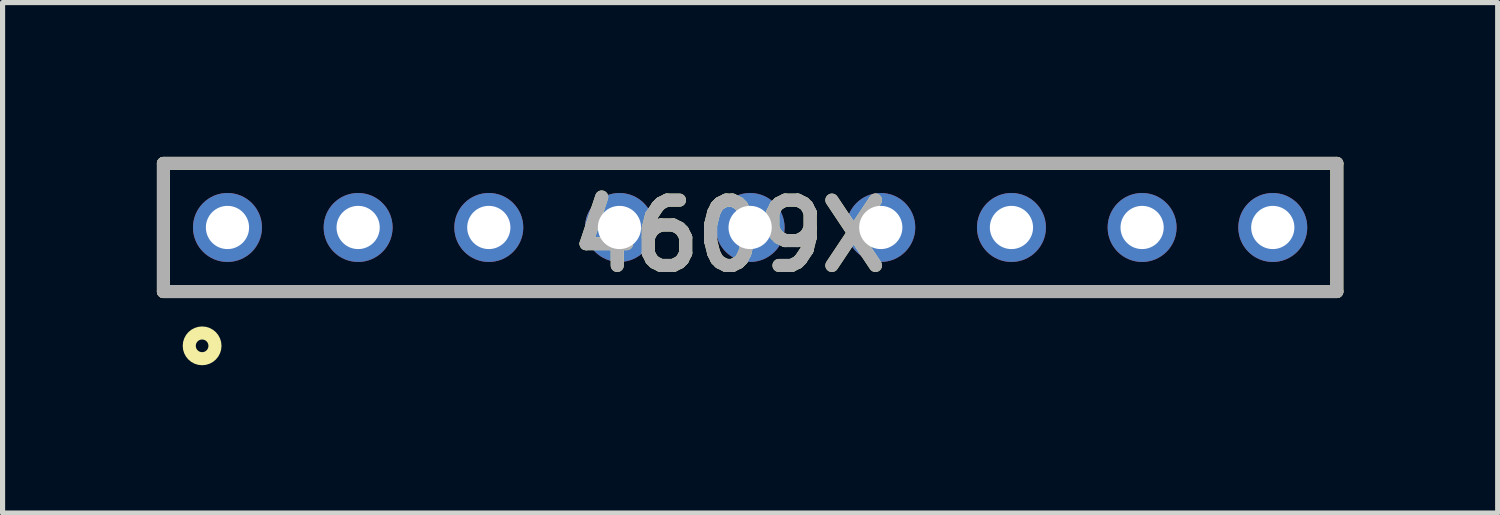
<source format=kicad_pcb>
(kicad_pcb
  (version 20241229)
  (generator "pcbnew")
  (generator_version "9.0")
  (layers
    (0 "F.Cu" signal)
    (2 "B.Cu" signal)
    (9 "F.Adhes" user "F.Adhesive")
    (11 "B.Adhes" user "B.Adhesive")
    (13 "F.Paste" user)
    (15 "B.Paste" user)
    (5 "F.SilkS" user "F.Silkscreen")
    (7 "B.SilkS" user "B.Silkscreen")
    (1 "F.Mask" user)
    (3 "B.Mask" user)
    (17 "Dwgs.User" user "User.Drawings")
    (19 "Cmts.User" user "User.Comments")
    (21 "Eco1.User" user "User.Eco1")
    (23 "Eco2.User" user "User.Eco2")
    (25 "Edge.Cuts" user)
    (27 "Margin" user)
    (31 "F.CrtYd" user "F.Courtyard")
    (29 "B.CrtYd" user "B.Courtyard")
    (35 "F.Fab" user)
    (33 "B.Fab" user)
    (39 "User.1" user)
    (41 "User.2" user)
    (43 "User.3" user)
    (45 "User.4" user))
  (footprint "4609X"
    (layer "F.Cu")
    (at 11.532 1.372)
    (property "Reference" "4609X" (at -0.406 0.164 0) (layer "F.SilkS") (effects (font (size 1.27 1.27) (thickness 0.254))))
    (attr through_hole)
    (fp_line (start -11.405 -1.245) (end 11.405 -1.245) (stroke (width 0.254) (type solid)) (layer "F.SilkS"))
    (fp_line (start -11.405 1.245) (end -11.405 -1.245) (stroke (width 0.254) (type solid)) (layer "F.SilkS"))
    (fp_line (start 11.405 -1.245) (end 11.405 1.245) (stroke (width 0.254) (type solid)) (layer "F.SilkS"))
    (fp_line (start 11.405 1.245) (end -11.405 1.245) (stroke (width 0.254) (type solid)) (layer "F.SilkS"))
    (fp_circle (center -10.653 2.301) (end -10.653 2.424) (stroke (width 0.254) (type solid)) (fill no) (layer "F.SilkS"))
    (fp_line (start -11.405 -1.245) (end 11.405 -1.245) (stroke (width 0.254) (type solid)) (layer "F.Fab"))
    (fp_line (start -11.405 1.245) (end -11.405 -1.245) (stroke (width 0.254) (type solid)) (layer "F.Fab"))
    (fp_line (start 11.405 -1.245) (end 11.405 1.245) (stroke (width 0.254) (type solid)) (layer "F.Fab"))
    (fp_line (start 11.405 1.245) (end -11.405 1.245) (stroke (width 0.254) (type solid)) (layer "F.Fab"))
    (fp_text user "${REFERENCE}" (at -0.406 0.164 0) (layer "F.Fab") (effects (font (size 1.27 1.27) (thickness 0.254))))
    (pad "1" thru_hole circle (at -10.16 0) (size 1.34 1.34) (drill 0.84) (layers "*.Cu" "*.Mask"))
    (pad "2" thru_hole circle (at -7.62 0) (size 1.34 1.34) (drill 0.84) (layers "*.Cu" "*.Mask"))
    (pad "3" thru_hole circle (at -5.08 0) (size 1.34 1.34) (drill 0.84) (layers "*.Cu" "*.Mask"))
    (pad "4" thru_hole circle (at -2.54 0) (size 1.34 1.34) (drill 0.84) (layers "*.Cu" "*.Mask"))
    (pad "5" thru_hole circle (at 0 0) (size 1.34 1.34) (drill 0.84) (layers "*.Cu" "*.Mask"))
    (pad "6" thru_hole circle (at 2.54 0) (size 1.34 1.34) (drill 0.84) (layers "*.Cu" "*.Mask"))
    (pad "7" thru_hole circle (at 5.08 0) (size 1.34 1.34) (drill 0.84) (layers "*.Cu" "*.Mask"))
    (pad "8" thru_hole circle (at 7.62 0) (size 1.34 1.34) (drill 0.84) (layers "*.Cu" "*.Mask"))
    (pad "9" thru_hole circle (at 10.16 0) (size 1.34 1.34) (drill 0.84) (layers "*.Cu" "*.Mask")))
  (gr_rect
    (start -3 -3)
    (end 26.064 6.923)
    (stroke (width 0.1) (type default))
    (fill no)
    (layer "Edge.Cuts")))
</source>
